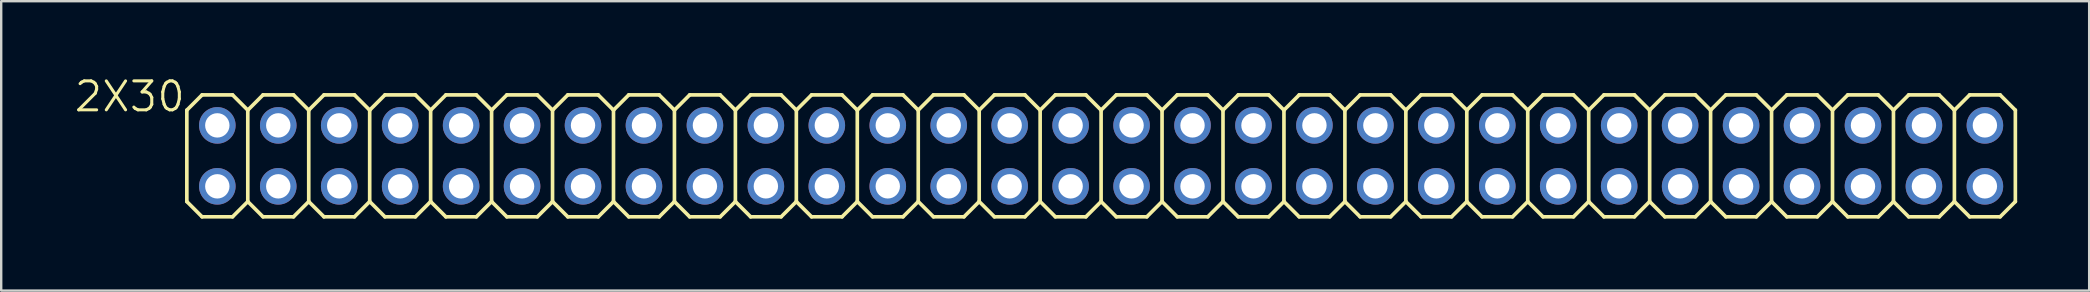
<source format=kicad_pcb>
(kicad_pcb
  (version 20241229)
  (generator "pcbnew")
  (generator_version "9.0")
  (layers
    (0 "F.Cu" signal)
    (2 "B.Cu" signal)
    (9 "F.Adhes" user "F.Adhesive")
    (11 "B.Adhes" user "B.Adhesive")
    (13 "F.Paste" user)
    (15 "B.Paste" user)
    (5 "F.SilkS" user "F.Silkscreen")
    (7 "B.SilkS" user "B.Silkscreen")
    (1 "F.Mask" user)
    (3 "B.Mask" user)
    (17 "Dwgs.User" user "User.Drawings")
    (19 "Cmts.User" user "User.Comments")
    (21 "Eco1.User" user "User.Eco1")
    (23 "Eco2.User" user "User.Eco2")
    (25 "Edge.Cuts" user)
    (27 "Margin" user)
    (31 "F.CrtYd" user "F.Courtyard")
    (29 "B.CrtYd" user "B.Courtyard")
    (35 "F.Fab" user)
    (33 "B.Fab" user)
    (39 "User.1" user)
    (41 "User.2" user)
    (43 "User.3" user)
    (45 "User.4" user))
  (footprint "2X30"
    (layer "F.Cu")
    (at 44.106 3.445)
    (property "Reference" "2X30" (at -39.37 -3.175 0) (layer "F.SilkS") (effects (font (size 1.206 1.206) (thickness 0.127)) (justify right top)))
    (attr through_hole)
    (fp_line (start -39.37 -1.905) (end -38.735 -2.54) (stroke (width 0.152) (type solid)) (layer "F.SilkS"))
    (fp_line (start -39.37 1.905) (end -39.37 -1.905) (stroke (width 0.152) (type solid)) (layer "F.SilkS"))
    (fp_line (start -39.37 1.905) (end -38.735 2.54) (stroke (width 0.152) (type solid)) (layer "F.SilkS"))
    (fp_line (start -38.735 -2.54) (end -37.465 -2.54) (stroke (width 0.152) (type solid)) (layer "F.SilkS"))
    (fp_line (start -38.735 2.54) (end -37.465 2.54) (stroke (width 0.152) (type solid)) (layer "F.SilkS"))
    (fp_line (start -37.465 -2.54) (end -36.83 -1.905) (stroke (width 0.152) (type solid)) (layer "F.SilkS"))
    (fp_line (start -37.465 2.54) (end -36.83 1.905) (stroke (width 0.152) (type solid)) (layer "F.SilkS"))
    (fp_line (start -36.83 -1.905) (end -36.83 1.905) (stroke (width 0.152) (type solid)) (layer "F.SilkS"))
    (fp_line (start -36.83 -1.905) (end -36.195 -2.54) (stroke (width 0.152) (type solid)) (layer "F.SilkS"))
    (fp_line (start -36.83 1.905) (end -36.195 2.54) (stroke (width 0.152) (type solid)) (layer "F.SilkS"))
    (fp_line (start -36.195 -2.54) (end -34.925 -2.54) (stroke (width 0.152) (type solid)) (layer "F.SilkS"))
    (fp_line (start -36.195 2.54) (end -34.925 2.54) (stroke (width 0.152) (type solid)) (layer "F.SilkS"))
    (fp_line (start -34.925 -2.54) (end -34.29 -1.905) (stroke (width 0.152) (type solid)) (layer "F.SilkS"))
    (fp_line (start -34.925 2.54) (end -34.29 1.905) (stroke (width 0.152) (type solid)) (layer "F.SilkS"))
    (fp_line (start -34.29 -1.905) (end -34.29 1.905) (stroke (width 0.152) (type solid)) (layer "F.SilkS"))
    (fp_line (start -34.29 -1.905) (end -33.655 -2.54) (stroke (width 0.152) (type solid)) (layer "F.SilkS"))
    (fp_line (start -34.29 1.905) (end -33.655 2.54) (stroke (width 0.152) (type solid)) (layer "F.SilkS"))
    (fp_line (start -33.655 -2.54) (end -32.385 -2.54) (stroke (width 0.152) (type solid)) (layer "F.SilkS"))
    (fp_line (start -33.655 2.54) (end -32.385 2.54) (stroke (width 0.152) (type solid)) (layer "F.SilkS"))
    (fp_line (start -32.385 -2.54) (end -31.75 -1.905) (stroke (width 0.152) (type solid)) (layer "F.SilkS"))
    (fp_line (start -32.385 2.54) (end -31.75 1.905) (stroke (width 0.152) (type solid)) (layer "F.SilkS"))
    (fp_line (start -31.75 -1.905) (end -31.75 1.905) (stroke (width 0.152) (type solid)) (layer "F.SilkS"))
    (fp_line (start -31.75 -1.905) (end -31.115 -2.54) (stroke (width 0.152) (type solid)) (layer "F.SilkS"))
    (fp_line (start -31.75 1.905) (end -31.115 2.54) (stroke (width 0.152) (type solid)) (layer "F.SilkS"))
    (fp_line (start -31.115 -2.54) (end -29.845 -2.54) (stroke (width 0.152) (type solid)) (layer "F.SilkS"))
    (fp_line (start -31.115 2.54) (end -29.845 2.54) (stroke (width 0.152) (type solid)) (layer "F.SilkS"))
    (fp_line (start -29.845 -2.54) (end -29.21 -1.905) (stroke (width 0.152) (type solid)) (layer "F.SilkS"))
    (fp_line (start -29.845 2.54) (end -29.21 1.905) (stroke (width 0.152) (type solid)) (layer "F.SilkS"))
    (fp_line (start -29.21 -1.905) (end -29.21 1.905) (stroke (width 0.152) (type solid)) (layer "F.SilkS"))
    (fp_line (start -29.21 -1.905) (end -28.575 -2.54) (stroke (width 0.152) (type solid)) (layer "F.SilkS"))
    (fp_line (start -29.21 1.905) (end -28.575 2.54) (stroke (width 0.152) (type solid)) (layer "F.SilkS"))
    (fp_line (start -28.575 -2.54) (end -27.305 -2.54) (stroke (width 0.152) (type solid)) (layer "F.SilkS"))
    (fp_line (start -28.575 2.54) (end -27.305 2.54) (stroke (width 0.152) (type solid)) (layer "F.SilkS"))
    (fp_line (start -27.305 -2.54) (end -26.67 -1.905) (stroke (width 0.152) (type solid)) (layer "F.SilkS"))
    (fp_line (start -27.305 2.54) (end -26.67 1.905) (stroke (width 0.152) (type solid)) (layer "F.SilkS"))
    (fp_line (start -26.67 -1.905) (end -26.67 1.905) (stroke (width 0.152) (type solid)) (layer "F.SilkS"))
    (fp_line (start -26.67 -1.905) (end -26.035 -2.54) (stroke (width 0.152) (type solid)) (layer "F.SilkS"))
    (fp_line (start -26.67 1.905) (end -26.035 2.54) (stroke (width 0.152) (type solid)) (layer "F.SilkS"))
    (fp_line (start -26.035 -2.54) (end -24.765 -2.54) (stroke (width 0.152) (type solid)) (layer "F.SilkS"))
    (fp_line (start -26.035 2.54) (end -24.765 2.54) (stroke (width 0.152) (type solid)) (layer "F.SilkS"))
    (fp_line (start -24.765 -2.54) (end -24.13 -1.905) (stroke (width 0.152) (type solid)) (layer "F.SilkS"))
    (fp_line (start -24.765 2.54) (end -24.13 1.905) (stroke (width 0.152) (type solid)) (layer "F.SilkS"))
    (fp_line (start -24.13 -1.905) (end -24.13 1.905) (stroke (width 0.152) (type solid)) (layer "F.SilkS"))
    (fp_line (start -24.13 -1.905) (end -23.495 -2.54) (stroke (width 0.152) (type solid)) (layer "F.SilkS"))
    (fp_line (start -24.13 1.905) (end -23.495 2.54) (stroke (width 0.152) (type solid)) (layer "F.SilkS"))
    (fp_line (start -23.495 -2.54) (end -22.225 -2.54) (stroke (width 0.152) (type solid)) (layer "F.SilkS"))
    (fp_line (start -22.225 -2.54) (end -21.59 -1.905) (stroke (width 0.152) (type solid)) (layer "F.SilkS"))
    (fp_line (start -22.225 2.54) (end -23.495 2.54) (stroke (width 0.152) (type solid)) (layer "F.SilkS"))
    (fp_line (start -21.59 -1.905) (end -21.59 1.905) (stroke (width 0.152) (type solid)) (layer "F.SilkS"))
    (fp_line (start -21.59 -1.905) (end -20.955 -2.54) (stroke (width 0.152) (type solid)) (layer "F.SilkS"))
    (fp_line (start -21.59 1.905) (end -22.225 2.54) (stroke (width 0.152) (type solid)) (layer "F.SilkS"))
    (fp_line (start -21.59 1.905) (end -20.955 2.54) (stroke (width 0.152) (type solid)) (layer "F.SilkS"))
    (fp_line (start -20.955 -2.54) (end -19.685 -2.54) (stroke (width 0.152) (type solid)) (layer "F.SilkS"))
    (fp_line (start -19.685 -2.54) (end -19.05 -1.905) (stroke (width 0.152) (type solid)) (layer "F.SilkS"))
    (fp_line (start -19.685 2.54) (end -20.955 2.54) (stroke (width 0.152) (type solid)) (layer "F.SilkS"))
    (fp_line (start -19.05 -1.905) (end -19.05 1.905) (stroke (width 0.152) (type solid)) (layer "F.SilkS"))
    (fp_line (start -19.05 -1.905) (end -18.415 -2.54) (stroke (width 0.152) (type solid)) (layer "F.SilkS"))
    (fp_line (start -19.05 1.905) (end -19.685 2.54) (stroke (width 0.152) (type solid)) (layer "F.SilkS"))
    (fp_line (start -19.05 1.905) (end -18.415 2.54) (stroke (width 0.152) (type solid)) (layer "F.SilkS"))
    (fp_line (start -18.415 -2.54) (end -17.145 -2.54) (stroke (width 0.152) (type solid)) (layer "F.SilkS"))
    (fp_line (start -17.145 -2.54) (end -16.51 -1.905) (stroke (width 0.152) (type solid)) (layer "F.SilkS"))
    (fp_line (start -17.145 2.54) (end -18.415 2.54) (stroke (width 0.152) (type solid)) (layer "F.SilkS"))
    (fp_line (start -16.51 -1.905) (end -16.51 1.905) (stroke (width 0.152) (type solid)) (layer "F.SilkS"))
    (fp_line (start -16.51 -1.905) (end -15.875 -2.54) (stroke (width 0.152) (type solid)) (layer "F.SilkS"))
    (fp_line (start -16.51 1.905) (end -17.145 2.54) (stroke (width 0.152) (type solid)) (layer "F.SilkS"))
    (fp_line (start -16.51 1.905) (end -15.875 2.54) (stroke (width 0.152) (type solid)) (layer "F.SilkS"))
    (fp_line (start -15.875 -2.54) (end -14.605 -2.54) (stroke (width 0.152) (type solid)) (layer "F.SilkS"))
    (fp_line (start -14.605 -2.54) (end -13.97 -1.905) (stroke (width 0.152) (type solid)) (layer "F.SilkS"))
    (fp_line (start -14.605 2.54) (end -15.875 2.54) (stroke (width 0.152) (type solid)) (layer "F.SilkS"))
    (fp_line (start -13.97 -1.905) (end -13.97 1.905) (stroke (width 0.152) (type solid)) (layer "F.SilkS"))
    (fp_line (start -13.97 -1.905) (end -13.335 -2.54) (stroke (width 0.152) (type solid)) (layer "F.SilkS"))
    (fp_line (start -13.97 1.905) (end -14.605 2.54) (stroke (width 0.152) (type solid)) (layer "F.SilkS"))
    (fp_line (start -13.97 1.905) (end -13.335 2.54) (stroke (width 0.152) (type solid)) (layer "F.SilkS"))
    (fp_line (start -13.335 -2.54) (end -12.065 -2.54) (stroke (width 0.152) (type solid)) (layer "F.SilkS"))
    (fp_line (start -12.065 -2.54) (end -11.43 -1.905) (stroke (width 0.152) (type solid)) (layer "F.SilkS"))
    (fp_line (start -12.065 2.54) (end -13.335 2.54) (stroke (width 0.152) (type solid)) (layer "F.SilkS"))
    (fp_line (start -11.43 -1.905) (end -11.43 1.905) (stroke (width 0.152) (type solid)) (layer "F.SilkS"))
    (fp_line (start -11.43 -1.905) (end -10.795 -2.54) (stroke (width 0.152) (type solid)) (layer "F.SilkS"))
    (fp_line (start -11.43 1.905) (end -12.065 2.54) (stroke (width 0.152) (type solid)) (layer "F.SilkS"))
    (fp_line (start -11.43 1.905) (end -10.795 2.54) (stroke (width 0.152) (type solid)) (layer "F.SilkS"))
    (fp_line (start -10.795 -2.54) (end -9.525 -2.54) (stroke (width 0.152) (type solid)) (layer "F.SilkS"))
    (fp_line (start -9.525 2.54) (end -10.795 2.54) (stroke (width 0.152) (type solid)) (layer "F.SilkS"))
    (fp_line (start -8.89 -1.905) (end -9.525 -2.54) (stroke (width 0.152) (type solid)) (layer "F.SilkS"))
    (fp_line (start -8.89 -1.905) (end -8.89 1.905) (stroke (width 0.152) (type solid)) (layer "F.SilkS"))
    (fp_line (start -8.89 -1.905) (end -8.255 -2.54) (stroke (width 0.152) (type solid)) (layer "F.SilkS"))
    (fp_line (start -8.89 1.905) (end -9.525 2.54) (stroke (width 0.152) (type solid)) (layer "F.SilkS"))
    (fp_line (start -8.89 1.905) (end -8.255 2.54) (stroke (width 0.152) (type solid)) (layer "F.SilkS"))
    (fp_line (start -6.985 -2.54) (end -8.255 -2.54) (stroke (width 0.152) (type solid)) (layer "F.SilkS"))
    (fp_line (start -6.985 -2.54) (end -6.35 -1.905) (stroke (width 0.152) (type solid)) (layer "F.SilkS"))
    (fp_line (start -6.985 2.54) (end -8.255 2.54) (stroke (width 0.152) (type solid)) (layer "F.SilkS"))
    (fp_line (start -6.35 -1.905) (end -6.35 1.905) (stroke (width 0.152) (type solid)) (layer "F.SilkS"))
    (fp_line (start -6.35 -1.905) (end -5.715 -2.54) (stroke (width 0.152) (type solid)) (layer "F.SilkS"))
    (fp_line (start -6.35 1.905) (end -6.985 2.54) (stroke (width 0.152) (type solid)) (layer "F.SilkS"))
    (fp_line (start -6.35 1.905) (end -5.715 2.54) (stroke (width 0.152) (type solid)) (layer "F.SilkS"))
    (fp_line (start -4.445 -2.54) (end -5.715 -2.54) (stroke (width 0.152) (type solid)) (layer "F.SilkS"))
    (fp_line (start -4.445 -2.54) (end -3.81 -1.905) (stroke (width 0.152) (type solid)) (layer "F.SilkS"))
    (fp_line (start -4.445 2.54) (end -5.715 2.54) (stroke (width 0.152) (type solid)) (layer "F.SilkS"))
    (fp_line (start -3.81 -1.905) (end -3.81 1.905) (stroke (width 0.152) (type solid)) (layer "F.SilkS"))
    (fp_line (start -3.81 -1.905) (end -3.175 -2.54) (stroke (width 0.152) (type solid)) (layer "F.SilkS"))
    (fp_line (start -3.81 1.905) (end -4.445 2.54) (stroke (width 0.152) (type solid)) (layer "F.SilkS"))
    (fp_line (start -3.175 2.54) (end -3.81 1.905) (stroke (width 0.152) (type solid)) (layer "F.SilkS"))
    (fp_line (start -3.175 2.54) (end -1.905 2.54) (stroke (width 0.152) (type solid)) (layer "F.SilkS"))
    (fp_line (start -1.905 -2.54) (end -3.175 -2.54) (stroke (width 0.152) (type solid)) (layer "F.SilkS"))
    (fp_line (start -1.905 -2.54) (end -1.27 -1.905) (stroke (width 0.152) (type solid)) (layer "F.SilkS"))
    (fp_line (start -1.27 -1.905) (end -1.27 1.905) (stroke (width 0.152) (type solid)) (layer "F.SilkS"))
    (fp_line (start -1.27 -1.905) (end -0.635 -2.54) (stroke (width 0.152) (type solid)) (layer "F.SilkS"))
    (fp_line (start -1.27 1.905) (end -1.905 2.54) (stroke (width 0.152) (type solid)) (layer "F.SilkS"))
    (fp_line (start -0.635 2.54) (end -1.27 1.905) (stroke (width 0.152) (type solid)) (layer "F.SilkS"))
    (fp_line (start -0.635 2.54) (end 0.635 2.54) (stroke (width 0.152) (type solid)) (layer "F.SilkS"))
    (fp_line (start 0.635 -2.54) (end -0.635 -2.54) (stroke (width 0.152) (type solid)) (layer "F.SilkS"))
    (fp_line (start 0.635 -2.54) (end 1.27 -1.905) (stroke (width 0.152) (type solid)) (layer "F.SilkS"))
    (fp_line (start 1.27 -1.905) (end 1.27 1.905) (stroke (width 0.152) (type solid)) (layer "F.SilkS"))
    (fp_line (start 1.27 -1.905) (end 1.905 -2.54) (stroke (width 0.152) (type solid)) (layer "F.SilkS"))
    (fp_line (start 1.27 1.905) (end 0.635 2.54) (stroke (width 0.152) (type solid)) (layer "F.SilkS"))
    (fp_line (start 1.27 1.905) (end 1.905 2.54) (stroke (width 0.152) (type solid)) (layer "F.SilkS"))
    (fp_line (start 3.175 -2.54) (end 1.905 -2.54) (stroke (width 0.152) (type solid)) (layer "F.SilkS"))
    (fp_line (start 3.175 -2.54) (end 3.81 -1.905) (stroke (width 0.152) (type solid)) (layer "F.SilkS"))
    (fp_line (start 3.175 2.54) (end 1.905 2.54) (stroke (width 0.152) (type solid)) (layer "F.SilkS"))
    (fp_line (start 3.81 -1.905) (end 3.81 1.905) (stroke (width 0.152) (type solid)) (layer "F.SilkS"))
    (fp_line (start 3.81 -1.905) (end 4.445 -2.54) (stroke (width 0.152) (type solid)) (layer "F.SilkS"))
    (fp_line (start 3.81 1.905) (end 3.175 2.54) (stroke (width 0.152) (type solid)) (layer "F.SilkS"))
    (fp_line (start 3.81 1.905) (end 4.445 2.54) (stroke (width 0.152) (type solid)) (layer "F.SilkS"))
    (fp_line (start 5.715 -2.54) (end 4.445 -2.54) (stroke (width 0.152) (type solid)) (layer "F.SilkS"))
    (fp_line (start 5.715 -2.54) (end 6.35 -1.905) (stroke (width 0.152) (type solid)) (layer "F.SilkS"))
    (fp_line (start 5.715 2.54) (end 4.445 2.54) (stroke (width 0.152) (type solid)) (layer "F.SilkS"))
    (fp_line (start 6.35 -1.905) (end 6.35 1.905) (stroke (width 0.152) (type solid)) (layer "F.SilkS"))
    (fp_line (start 6.35 -1.905) (end 6.985 -2.54) (stroke (width 0.152) (type solid)) (layer "F.SilkS"))
    (fp_line (start 6.35 1.905) (end 5.715 2.54) (stroke (width 0.152) (type solid)) (layer "F.SilkS"))
    (fp_line (start 6.35 1.905) (end 6.985 2.54) (stroke (width 0.152) (type solid)) (layer "F.SilkS"))
    (fp_line (start 8.255 -2.54) (end 6.985 -2.54) (stroke (width 0.152) (type solid)) (layer "F.SilkS"))
    (fp_line (start 8.255 -2.54) (end 8.89 -1.905) (stroke (width 0.152) (type solid)) (layer "F.SilkS"))
    (fp_line (start 8.255 2.54) (end 6.985 2.54) (stroke (width 0.152) (type solid)) (layer "F.SilkS"))
    (fp_line (start 8.89 -1.905) (end 8.89 1.905) (stroke (width 0.152) (type solid)) (layer "F.SilkS"))
    (fp_line (start 8.89 -1.905) (end 9.525 -2.54) (stroke (width 0.152) (type solid)) (layer "F.SilkS"))
    (fp_line (start 8.89 1.905) (end 8.255 2.54) (stroke (width 0.152) (type solid)) (layer "F.SilkS"))
    (fp_line (start 8.89 1.905) (end 9.525 2.54) (stroke (width 0.152) (type solid)) (layer "F.SilkS"))
    (fp_line (start 10.795 -2.54) (end 9.525 -2.54) (stroke (width 0.152) (type solid)) (layer "F.SilkS"))
    (fp_line (start 10.795 -2.54) (end 11.43 -1.905) (stroke (width 0.152) (type solid)) (layer "F.SilkS"))
    (fp_line (start 10.795 2.54) (end 9.525 2.54) (stroke (width 0.152) (type solid)) (layer "F.SilkS"))
    (fp_line (start 11.43 -1.905) (end 11.43 1.905) (stroke (width 0.152) (type solid)) (layer "F.SilkS"))
    (fp_line (start 11.43 -1.905) (end 12.065 -2.54) (stroke (width 0.152) (type solid)) (layer "F.SilkS"))
    (fp_line (start 11.43 1.905) (end 10.795 2.54) (stroke (width 0.152) (type solid)) (layer "F.SilkS"))
    (fp_line (start 11.43 1.905) (end 12.065 2.54) (stroke (width 0.152) (type solid)) (layer "F.SilkS"))
    (fp_line (start 13.335 -2.54) (end 12.065 -2.54) (stroke (width 0.152) (type solid)) (layer "F.SilkS"))
    (fp_line (start 13.335 -2.54) (end 13.97 -1.905) (stroke (width 0.152) (type solid)) (layer "F.SilkS"))
    (fp_line (start 13.335 2.54) (end 12.065 2.54) (stroke (width 0.152) (type solid)) (layer "F.SilkS"))
    (fp_line (start 13.97 -1.905) (end 13.97 1.905) (stroke (width 0.152) (type solid)) (layer "F.SilkS"))
    (fp_line (start 13.97 -1.905) (end 14.605 -2.54) (stroke (width 0.152) (type solid)) (layer "F.SilkS"))
    (fp_line (start 13.97 1.905) (end 13.335 2.54) (stroke (width 0.152) (type solid)) (layer "F.SilkS"))
    (fp_line (start 13.97 1.905) (end 14.605 2.54) (stroke (width 0.152) (type solid)) (layer "F.SilkS"))
    (fp_line (start 15.875 -2.54) (end 14.605 -2.54) (stroke (width 0.152) (type solid)) (layer "F.SilkS"))
    (fp_line (start 15.875 -2.54) (end 16.51 -1.905) (stroke (width 0.152) (type solid)) (layer "F.SilkS"))
    (fp_line (start 15.875 2.54) (end 14.605 2.54) (stroke (width 0.152) (type solid)) (layer "F.SilkS"))
    (fp_line (start 16.51 -1.905) (end 16.51 1.905) (stroke (width 0.152) (type solid)) (layer "F.SilkS"))
    (fp_line (start 16.51 -1.905) (end 17.145 -2.54) (stroke (width 0.152) (type solid)) (layer "F.SilkS"))
    (fp_line (start 16.51 1.905) (end 15.875 2.54) (stroke (width 0.152) (type solid)) (layer "F.SilkS"))
    (fp_line (start 16.51 1.905) (end 17.145 2.54) (stroke (width 0.152) (type solid)) (layer "F.SilkS"))
    (fp_line (start 18.415 -2.54) (end 17.145 -2.54) (stroke (width 0.152) (type solid)) (layer "F.SilkS"))
    (fp_line (start 18.415 -2.54) (end 19.05 -1.905) (stroke (width 0.152) (type solid)) (layer "F.SilkS"))
    (fp_line (start 18.415 2.54) (end 17.145 2.54) (stroke (width 0.152) (type solid)) (layer "F.SilkS"))
    (fp_line (start 19.05 -1.905) (end 19.05 1.905) (stroke (width 0.152) (type solid)) (layer "F.SilkS"))
    (fp_line (start 19.05 -1.905) (end 19.685 -2.54) (stroke (width 0.152) (type solid)) (layer "F.SilkS"))
    (fp_line (start 19.05 1.905) (end 18.415 2.54) (stroke (width 0.152) (type solid)) (layer "F.SilkS"))
    (fp_line (start 19.05 1.905) (end 19.685 2.54) (stroke (width 0.152) (type solid)) (layer "F.SilkS"))
    (fp_line (start 20.955 -2.54) (end 19.685 -2.54) (stroke (width 0.152) (type solid)) (layer "F.SilkS"))
    (fp_line (start 20.955 -2.54) (end 21.59 -1.905) (stroke (width 0.152) (type solid)) (layer "F.SilkS"))
    (fp_line (start 20.955 2.54) (end 19.685 2.54) (stroke (width 0.152) (type solid)) (layer "F.SilkS"))
    (fp_line (start 21.59 -1.905) (end 21.59 1.905) (stroke (width 0.152) (type solid)) (layer "F.SilkS"))
    (fp_line (start 21.59 -1.905) (end 22.225 -2.54) (stroke (width 0.152) (type solid)) (layer "F.SilkS"))
    (fp_line (start 21.59 1.905) (end 20.955 2.54) (stroke (width 0.152) (type solid)) (layer "F.SilkS"))
    (fp_line (start 21.59 1.905) (end 22.225 2.54) (stroke (width 0.152) (type solid)) (layer "F.SilkS"))
    (fp_line (start 23.495 -2.54) (end 22.225 -2.54) (stroke (width 0.152) (type solid)) (layer "F.SilkS"))
    (fp_line (start 23.495 -2.54) (end 24.13 -1.905) (stroke (width 0.152) (type solid)) (layer "F.SilkS"))
    (fp_line (start 23.495 2.54) (end 22.225 2.54) (stroke (width 0.152) (type solid)) (layer "F.SilkS"))
    (fp_line (start 24.13 -1.905) (end 24.13 1.905) (stroke (width 0.152) (type solid)) (layer "F.SilkS"))
    (fp_line (start 24.13 -1.905) (end 24.765 -2.54) (stroke (width 0.152) (type solid)) (layer "F.SilkS"))
    (fp_line (start 24.13 1.905) (end 23.495 2.54) (stroke (width 0.152) (type solid)) (layer "F.SilkS"))
    (fp_line (start 24.13 1.905) (end 24.765 2.54) (stroke (width 0.152) (type solid)) (layer "F.SilkS"))
    (fp_line (start 26.035 -2.54) (end 24.765 -2.54) (stroke (width 0.152) (type solid)) (layer "F.SilkS"))
    (fp_line (start 26.035 -2.54) (end 26.67 -1.905) (stroke (width 0.152) (type solid)) (layer "F.SilkS"))
    (fp_line (start 26.035 2.54) (end 24.765 2.54) (stroke (width 0.152) (type solid)) (layer "F.SilkS"))
    (fp_line (start 26.67 -1.905) (end 26.67 1.905) (stroke (width 0.152) (type solid)) (layer "F.SilkS"))
    (fp_line (start 26.67 -1.905) (end 27.305 -2.54) (stroke (width 0.152) (type solid)) (layer "F.SilkS"))
    (fp_line (start 26.67 1.905) (end 26.035 2.54) (stroke (width 0.152) (type solid)) (layer "F.SilkS"))
    (fp_line (start 26.67 1.905) (end 27.305 2.54) (stroke (width 0.152) (type solid)) (layer "F.SilkS"))
    (fp_line (start 28.575 -2.54) (end 27.305 -2.54) (stroke (width 0.152) (type solid)) (layer "F.SilkS"))
    (fp_line (start 28.575 -2.54) (end 29.21 -1.905) (stroke (width 0.152) (type solid)) (layer "F.SilkS"))
    (fp_line (start 28.575 2.54) (end 27.305 2.54) (stroke (width 0.152) (type solid)) (layer "F.SilkS"))
    (fp_line (start 29.21 -1.905) (end 29.21 1.905) (stroke (width 0.152) (type solid)) (layer "F.SilkS"))
    (fp_line (start 29.21 -1.905) (end 29.845 -2.54) (stroke (width 0.152) (type solid)) (layer "F.SilkS"))
    (fp_line (start 29.21 1.905) (end 28.575 2.54) (stroke (width 0.152) (type solid)) (layer "F.SilkS"))
    (fp_line (start 29.21 1.905) (end 29.845 2.54) (stroke (width 0.152) (type solid)) (layer "F.SilkS"))
    (fp_line (start 31.115 -2.54) (end 29.845 -2.54) (stroke (width 0.152) (type solid)) (layer "F.SilkS"))
    (fp_line (start 31.115 -2.54) (end 31.75 -1.905) (stroke (width 0.152) (type solid)) (layer "F.SilkS"))
    (fp_line (start 31.115 2.54) (end 29.845 2.54) (stroke (width 0.152) (type solid)) (layer "F.SilkS"))
    (fp_line (start 31.75 -1.905) (end 31.75 1.905) (stroke (width 0.152) (type solid)) (layer "F.SilkS"))
    (fp_line (start 31.75 -1.905) (end 32.385 -2.54) (stroke (width 0.152) (type solid)) (layer "F.SilkS"))
    (fp_line (start 31.75 1.905) (end 31.115 2.54) (stroke (width 0.152) (type solid)) (layer "F.SilkS"))
    (fp_line (start 31.75 1.905) (end 32.385 2.54) (stroke (width 0.152) (type solid)) (layer "F.SilkS"))
    (fp_line (start 33.655 -2.54) (end 32.385 -2.54) (stroke (width 0.152) (type solid)) (layer "F.SilkS"))
    (fp_line (start 33.655 -2.54) (end 34.29 -1.905) (stroke (width 0.152) (type solid)) (layer "F.SilkS"))
    (fp_line (start 33.655 2.54) (end 32.385 2.54) (stroke (width 0.152) (type solid)) (layer "F.SilkS"))
    (fp_line (start 34.29 -1.905) (end 34.29 1.905) (stroke (width 0.152) (type solid)) (layer "F.SilkS"))
    (fp_line (start 34.29 -1.905) (end 34.925 -2.54) (stroke (width 0.152) (type solid)) (layer "F.SilkS"))
    (fp_line (start 34.29 1.905) (end 33.655 2.54) (stroke (width 0.152) (type solid)) (layer "F.SilkS"))
    (fp_line (start 34.29 1.905) (end 34.925 2.54) (stroke (width 0.152) (type solid)) (layer "F.SilkS"))
    (fp_line (start 36.195 -2.54) (end 34.925 -2.54) (stroke (width 0.152) (type solid)) (layer "F.SilkS"))
    (fp_line (start 36.195 -2.54) (end 36.83 -1.905) (stroke (width 0.152) (type solid)) (layer "F.SilkS"))
    (fp_line (start 36.195 2.54) (end 34.925 2.54) (stroke (width 0.152) (type solid)) (layer "F.SilkS"))
    (fp_line (start 36.83 -1.905) (end 36.83 1.905) (stroke (width 0.152) (type solid)) (layer "F.SilkS"))
    (fp_line (start 36.83 1.905) (end 36.195 2.54) (stroke (width 0.152) (type solid)) (layer "F.SilkS"))
    (fp_poly (pts (xy -38.354 -1.016) (xy -37.846 -1.016) (xy -37.846 -1.524) (xy -38.354 -1.524)) (stroke (width 0.1) (type solid)) (fill no) (layer "F.Fab"))
    (fp_poly (pts (xy -38.354 1.524) (xy -37.846 1.524) (xy -37.846 1.016) (xy -38.354 1.016)) (stroke (width 0.1) (type solid)) (fill no) (layer "F.Fab"))
    (fp_poly (pts (xy -35.814 -1.016) (xy -35.306 -1.016) (xy -35.306 -1.524) (xy -35.814 -1.524)) (stroke (width 0.1) (type solid)) (fill no) (layer "F.Fab"))
    (fp_poly (pts (xy -35.814 1.524) (xy -35.306 1.524) (xy -35.306 1.016) (xy -35.814 1.016)) (stroke (width 0.1) (type solid)) (fill no) (layer "F.Fab"))
    (fp_poly (pts (xy -33.274 -1.016) (xy -32.766 -1.016) (xy -32.766 -1.524) (xy -33.274 -1.524)) (stroke (width 0.1) (type solid)) (fill no) (layer "F.Fab"))
    (fp_poly (pts (xy -33.274 1.524) (xy -32.766 1.524) (xy -32.766 1.016) (xy -33.274 1.016)) (stroke (width 0.1) (type solid)) (fill no) (layer "F.Fab"))
    (fp_poly (pts (xy -30.734 -1.016) (xy -30.226 -1.016) (xy -30.226 -1.524) (xy -30.734 -1.524)) (stroke (width 0.1) (type solid)) (fill no) (layer "F.Fab"))
    (fp_poly (pts (xy -30.734 1.524) (xy -30.226 1.524) (xy -30.226 1.016) (xy -30.734 1.016)) (stroke (width 0.1) (type solid)) (fill no) (layer "F.Fab"))
    (fp_poly (pts (xy -28.194 -1.016) (xy -27.686 -1.016) (xy -27.686 -1.524) (xy -28.194 -1.524)) (stroke (width 0.1) (type solid)) (fill no) (layer "F.Fab"))
    (fp_poly (pts (xy -28.194 1.524) (xy -27.686 1.524) (xy -27.686 1.016) (xy -28.194 1.016)) (stroke (width 0.1) (type solid)) (fill no) (layer "F.Fab"))
    (fp_poly (pts (xy -25.654 -1.016) (xy -25.146 -1.016) (xy -25.146 -1.524) (xy -25.654 -1.524)) (stroke (width 0.1) (type solid)) (fill no) (layer "F.Fab"))
    (fp_poly (pts (xy -25.654 1.524) (xy -25.146 1.524) (xy -25.146 1.016) (xy -25.654 1.016)) (stroke (width 0.1) (type solid)) (fill no) (layer "F.Fab"))
    (fp_poly (pts (xy -23.114 -1.016) (xy -22.606 -1.016) (xy -22.606 -1.524) (xy -23.114 -1.524)) (stroke (width 0.1) (type solid)) (fill no) (layer "F.Fab"))
    (fp_poly (pts (xy -23.114 1.524) (xy -22.606 1.524) (xy -22.606 1.016) (xy -23.114 1.016)) (stroke (width 0.1) (type solid)) (fill no) (layer "F.Fab"))
    (fp_poly (pts (xy -20.574 -1.016) (xy -20.066 -1.016) (xy -20.066 -1.524) (xy -20.574 -1.524)) (stroke (width 0.1) (type solid)) (fill no) (layer "F.Fab"))
    (fp_poly (pts (xy -20.574 1.524) (xy -20.066 1.524) (xy -20.066 1.016) (xy -20.574 1.016)) (stroke (width 0.1) (type solid)) (fill no) (layer "F.Fab"))
    (fp_poly (pts (xy -18.034 -1.016) (xy -17.526 -1.016) (xy -17.526 -1.524) (xy -18.034 -1.524)) (stroke (width 0.1) (type solid)) (fill no) (layer "F.Fab"))
    (fp_poly (pts (xy -18.034 1.524) (xy -17.526 1.524) (xy -17.526 1.016) (xy -18.034 1.016)) (stroke (width 0.1) (type solid)) (fill no) (layer "F.Fab"))
    (fp_poly (pts (xy -15.494 -1.016) (xy -14.986 -1.016) (xy -14.986 -1.524) (xy -15.494 -1.524)) (stroke (width 0.1) (type solid)) (fill no) (layer "F.Fab"))
    (fp_poly (pts (xy -15.494 1.524) (xy -14.986 1.524) (xy -14.986 1.016) (xy -15.494 1.016)) (stroke (width 0.1) (type solid)) (fill no) (layer "F.Fab"))
    (fp_poly (pts (xy -12.954 -1.016) (xy -12.446 -1.016) (xy -12.446 -1.524) (xy -12.954 -1.524)) (stroke (width 0.1) (type solid)) (fill no) (layer "F.Fab"))
    (fp_poly (pts (xy -12.954 1.524) (xy -12.446 1.524) (xy -12.446 1.016) (xy -12.954 1.016)) (stroke (width 0.1) (type solid)) (fill no) (layer "F.Fab"))
    (fp_poly (pts (xy -10.414 -1.016) (xy -9.906 -1.016) (xy -9.906 -1.524) (xy -10.414 -1.524)) (stroke (width 0.1) (type solid)) (fill no) (layer "F.Fab"))
    (fp_poly (pts (xy -10.414 1.524) (xy -9.906 1.524) (xy -9.906 1.016) (xy -10.414 1.016)) (stroke (width 0.1) (type solid)) (fill no) (layer "F.Fab"))
    (fp_poly (pts (xy -7.874 -1.016) (xy -7.366 -1.016) (xy -7.366 -1.524) (xy -7.874 -1.524)) (stroke (width 0.1) (type solid)) (fill no) (layer "F.Fab"))
    (fp_poly (pts (xy -7.874 1.524) (xy -7.366 1.524) (xy -7.366 1.016) (xy -7.874 1.016)) (stroke (width 0.1) (type solid)) (fill no) (layer "F.Fab"))
    (fp_poly (pts (xy -5.334 -1.016) (xy -4.826 -1.016) (xy -4.826 -1.524) (xy -5.334 -1.524)) (stroke (width 0.1) (type solid)) (fill no) (layer "F.Fab"))
    (fp_poly (pts (xy -5.334 1.524) (xy -4.826 1.524) (xy -4.826 1.016) (xy -5.334 1.016)) (stroke (width 0.1) (type solid)) (fill no) (layer "F.Fab"))
    (fp_poly (pts (xy -2.794 -1.016) (xy -2.286 -1.016) (xy -2.286 -1.524) (xy -2.794 -1.524)) (stroke (width 0.1) (type solid)) (fill no) (layer "F.Fab"))
    (fp_poly (pts (xy -2.794 1.524) (xy -2.286 1.524) (xy -2.286 1.016) (xy -2.794 1.016)) (stroke (width 0.1) (type solid)) (fill no) (layer "F.Fab"))
    (fp_poly (pts (xy -0.254 -1.016) (xy 0.254 -1.016) (xy 0.254 -1.524) (xy -0.254 -1.524)) (stroke (width 0.1) (type solid)) (fill no) (layer "F.Fab"))
    (fp_poly (pts (xy -0.254 1.524) (xy 0.254 1.524) (xy 0.254 1.016) (xy -0.254 1.016)) (stroke (width 0.1) (type solid)) (fill no) (layer "F.Fab"))
    (fp_poly (pts (xy 2.286 -1.016) (xy 2.794 -1.016) (xy 2.794 -1.524) (xy 2.286 -1.524)) (stroke (width 0.1) (type solid)) (fill no) (layer "F.Fab"))
    (fp_poly (pts (xy 2.286 1.524) (xy 2.794 1.524) (xy 2.794 1.016) (xy 2.286 1.016)) (stroke (width 0.1) (type solid)) (fill no) (layer "F.Fab"))
    (fp_poly (pts (xy 4.826 -1.016) (xy 5.334 -1.016) (xy 5.334 -1.524) (xy 4.826 -1.524)) (stroke (width 0.1) (type solid)) (fill no) (layer "F.Fab"))
    (fp_poly (pts (xy 4.826 1.524) (xy 5.334 1.524) (xy 5.334 1.016) (xy 4.826 1.016)) (stroke (width 0.1) (type solid)) (fill no) (layer "F.Fab"))
    (fp_poly (pts (xy 7.366 -1.016) (xy 7.874 -1.016) (xy 7.874 -1.524) (xy 7.366 -1.524)) (stroke (width 0.1) (type solid)) (fill no) (layer "F.Fab"))
    (fp_poly (pts (xy 7.366 1.524) (xy 7.874 1.524) (xy 7.874 1.016) (xy 7.366 1.016)) (stroke (width 0.1) (type solid)) (fill no) (layer "F.Fab"))
    (fp_poly (pts (xy 9.906 -1.016) (xy 10.414 -1.016) (xy 10.414 -1.524) (xy 9.906 -1.524)) (stroke (width 0.1) (type solid)) (fill no) (layer "F.Fab"))
    (fp_poly (pts (xy 9.906 1.524) (xy 10.414 1.524) (xy 10.414 1.016) (xy 9.906 1.016)) (stroke (width 0.1) (type solid)) (fill no) (layer "F.Fab"))
    (fp_poly (pts (xy 12.446 -1.016) (xy 12.954 -1.016) (xy 12.954 -1.524) (xy 12.446 -1.524)) (stroke (width 0.1) (type solid)) (fill no) (layer "F.Fab"))
    (fp_poly (pts (xy 12.446 1.524) (xy 12.954 1.524) (xy 12.954 1.016) (xy 12.446 1.016)) (stroke (width 0.1) (type solid)) (fill no) (layer "F.Fab"))
    (fp_poly (pts (xy 14.986 -1.016) (xy 15.494 -1.016) (xy 15.494 -1.524) (xy 14.986 -1.524)) (stroke (width 0.1) (type solid)) (fill no) (layer "F.Fab"))
    (fp_poly (pts (xy 14.986 1.524) (xy 15.494 1.524) (xy 15.494 1.016) (xy 14.986 1.016)) (stroke (width 0.1) (type solid)) (fill no) (layer "F.Fab"))
    (fp_poly (pts (xy 17.526 -1.016) (xy 18.034 -1.016) (xy 18.034 -1.524) (xy 17.526 -1.524)) (stroke (width 0.1) (type solid)) (fill no) (layer "F.Fab"))
    (fp_poly (pts (xy 17.526 1.524) (xy 18.034 1.524) (xy 18.034 1.016) (xy 17.526 1.016)) (stroke (width 0.1) (type solid)) (fill no) (layer "F.Fab"))
    (fp_poly (pts (xy 20.066 -1.016) (xy 20.574 -1.016) (xy 20.574 -1.524) (xy 20.066 -1.524)) (stroke (width 0.1) (type solid)) (fill no) (layer "F.Fab"))
    (fp_poly (pts (xy 20.066 1.524) (xy 20.574 1.524) (xy 20.574 1.016) (xy 20.066 1.016)) (stroke (width 0.1) (type solid)) (fill no) (layer "F.Fab"))
    (fp_poly (pts (xy 22.606 -1.016) (xy 23.114 -1.016) (xy 23.114 -1.524) (xy 22.606 -1.524)) (stroke (width 0.1) (type solid)) (fill no) (layer "F.Fab"))
    (fp_poly (pts (xy 22.606 1.524) (xy 23.114 1.524) (xy 23.114 1.016) (xy 22.606 1.016)) (stroke (width 0.1) (type solid)) (fill no) (layer "F.Fab"))
    (fp_poly (pts (xy 25.146 -1.016) (xy 25.654 -1.016) (xy 25.654 -1.524) (xy 25.146 -1.524)) (stroke (width 0.1) (type solid)) (fill no) (layer "F.Fab"))
    (fp_poly (pts (xy 25.146 1.524) (xy 25.654 1.524) (xy 25.654 1.016) (xy 25.146 1.016)) (stroke (width 0.1) (type solid)) (fill no) (layer "F.Fab"))
    (fp_poly (pts (xy 27.686 -1.016) (xy 28.194 -1.016) (xy 28.194 -1.524) (xy 27.686 -1.524)) (stroke (width 0.1) (type solid)) (fill no) (layer "F.Fab"))
    (fp_poly (pts (xy 27.686 1.524) (xy 28.194 1.524) (xy 28.194 1.016) (xy 27.686 1.016)) (stroke (width 0.1) (type solid)) (fill no) (layer "F.Fab"))
    (fp_poly (pts (xy 30.226 -1.016) (xy 30.734 -1.016) (xy 30.734 -1.524) (xy 30.226 -1.524)) (stroke (width 0.1) (type solid)) (fill no) (layer "F.Fab"))
    (fp_poly (pts (xy 30.226 1.524) (xy 30.734 1.524) (xy 30.734 1.016) (xy 30.226 1.016)) (stroke (width 0.1) (type solid)) (fill no) (layer "F.Fab"))
    (fp_poly (pts (xy 32.766 -1.016) (xy 33.274 -1.016) (xy 33.274 -1.524) (xy 32.766 -1.524)) (stroke (width 0.1) (type solid)) (fill no) (layer "F.Fab"))
    (fp_poly (pts (xy 32.766 1.524) (xy 33.274 1.524) (xy 33.274 1.016) (xy 32.766 1.016)) (stroke (width 0.1) (type solid)) (fill no) (layer "F.Fab"))
    (fp_poly (pts (xy 35.306 -1.016) (xy 35.814 -1.016) (xy 35.814 -1.524) (xy 35.306 -1.524)) (stroke (width 0.1) (type solid)) (fill no) (layer "F.Fab"))
    (fp_poly (pts (xy 35.306 1.524) (xy 35.814 1.524) (xy 35.814 1.016) (xy 35.306 1.016)) (stroke (width 0.1) (type solid)) (fill no) (layer "F.Fab"))
    (pad "1" thru_hole circle (at -38.1 1.27) (size 1.524 1.524) (drill 1.016) (layers "*.Cu" "*.Mask"))
    (pad "2" thru_hole circle (at -38.1 -1.27) (size 1.524 1.524) (drill 1.016) (layers "*.Cu" "*.Mask"))
    (pad "3" thru_hole circle (at -35.56 1.27) (size 1.524 1.524) (drill 1.016) (layers "*.Cu" "*.Mask"))
    (pad "4" thru_hole circle (at -35.56 -1.27) (size 1.524 1.524) (drill 1.016) (layers "*.Cu" "*.Mask"))
    (pad "5" thru_hole circle (at -33.02 1.27) (size 1.524 1.524) (drill 1.016) (layers "*.Cu" "*.Mask"))
    (pad "6" thru_hole circle (at -33.02 -1.27) (size 1.524 1.524) (drill 1.016) (layers "*.Cu" "*.Mask"))
    (pad "7" thru_hole circle (at -30.48 1.27) (size 1.524 1.524) (drill 1.016) (layers "*.Cu" "*.Mask"))
    (pad "8" thru_hole circle (at -30.48 -1.27) (size 1.524 1.524) (drill 1.016) (layers "*.Cu" "*.Mask"))
    (pad "9" thru_hole circle (at -27.94 1.27) (size 1.524 1.524) (drill 1.016) (layers "*.Cu" "*.Mask"))
    (pad "10" thru_hole circle (at -27.94 -1.27) (size 1.524 1.524) (drill 1.016) (layers "*.Cu" "*.Mask"))
    (pad "11" thru_hole circle (at -25.4 1.27) (size 1.524 1.524) (drill 1.016) (layers "*.Cu" "*.Mask"))
    (pad "12" thru_hole circle (at -25.4 -1.27) (size 1.524 1.524) (drill 1.016) (layers "*.Cu" "*.Mask"))
    (pad "13" thru_hole circle (at -22.86 1.27) (size 1.524 1.524) (drill 1.016) (layers "*.Cu" "*.Mask"))
    (pad "14" thru_hole circle (at -22.86 -1.27) (size 1.524 1.524) (drill 1.016) (layers "*.Cu" "*.Mask"))
    (pad "15" thru_hole circle (at -20.32 1.27) (size 1.524 1.524) (drill 1.016) (layers "*.Cu" "*.Mask"))
    (pad "16" thru_hole circle (at -20.32 -1.27) (size 1.524 1.524) (drill 1.016) (layers "*.Cu" "*.Mask"))
    (pad "17" thru_hole circle (at -17.78 1.27) (size 1.524 1.524) (drill 1.016) (layers "*.Cu" "*.Mask"))
    (pad "18" thru_hole circle (at -17.78 -1.27) (size 1.524 1.524) (drill 1.016) (layers "*.Cu" "*.Mask"))
    (pad "19" thru_hole circle (at -15.24 1.27) (size 1.524 1.524) (drill 1.016) (layers "*.Cu" "*.Mask"))
    (pad "20" thru_hole circle (at -15.24 -1.27) (size 1.524 1.524) (drill 1.016) (layers "*.Cu" "*.Mask"))
    (pad "21" thru_hole circle (at -12.7 1.27) (size 1.524 1.524) (drill 1.016) (layers "*.Cu" "*.Mask"))
    (pad "22" thru_hole circle (at -12.7 -1.27) (size 1.524 1.524) (drill 1.016) (layers "*.Cu" "*.Mask"))
    (pad "23" thru_hole circle (at -10.16 1.27) (size 1.524 1.524) (drill 1.016) (layers "*.Cu" "*.Mask"))
    (pad "24" thru_hole circle (at -10.16 -1.27) (size 1.524 1.524) (drill 1.016) (layers "*.Cu" "*.Mask"))
    (pad "25" thru_hole circle (at -7.62 1.27) (size 1.524 1.524) (drill 1.016) (layers "*.Cu" "*.Mask"))
    (pad "26" thru_hole circle (at -7.62 -1.27) (size 1.524 1.524) (drill 1.016) (layers "*.Cu" "*.Mask"))
    (pad "27" thru_hole circle (at -5.08 1.27) (size 1.524 1.524) (drill 1.016) (layers "*.Cu" "*.Mask"))
    (pad "28" thru_hole circle (at -5.08 -1.27) (size 1.524 1.524) (drill 1.016) (layers "*.Cu" "*.Mask"))
    (pad "29" thru_hole circle (at -2.54 1.27) (size 1.524 1.524) (drill 1.016) (layers "*.Cu" "*.Mask"))
    (pad "30" thru_hole circle (at -2.54 -1.27) (size 1.524 1.524) (drill 1.016) (layers "*.Cu" "*.Mask"))
    (pad "31" thru_hole circle (at 0 1.27) (size 1.524 1.524) (drill 1.016) (layers "*.Cu" "*.Mask"))
    (pad "32" thru_hole circle (at 0 -1.27) (size 1.524 1.524) (drill 1.016) (layers "*.Cu" "*.Mask"))
    (pad "33" thru_hole circle (at 2.54 1.27) (size 1.524 1.524) (drill 1.016) (layers "*.Cu" "*.Mask"))
    (pad "34" thru_hole circle (at 2.54 -1.27) (size 1.524 1.524) (drill 1.016) (layers "*.Cu" "*.Mask"))
    (pad "35" thru_hole circle (at 5.08 1.27) (size 1.524 1.524) (drill 1.016) (layers "*.Cu" "*.Mask"))
    (pad "36" thru_hole circle (at 5.08 -1.27) (size 1.524 1.524) (drill 1.016) (layers "*.Cu" "*.Mask"))
    (pad "37" thru_hole circle (at 7.62 1.27) (size 1.524 1.524) (drill 1.016) (layers "*.Cu" "*.Mask"))
    (pad "38" thru_hole circle (at 7.62 -1.27) (size 1.524 1.524) (drill 1.016) (layers "*.Cu" "*.Mask"))
    (pad "39" thru_hole circle (at 10.16 1.27) (size 1.524 1.524) (drill 1.016) (layers "*.Cu" "*.Mask"))
    (pad "40" thru_hole circle (at 10.16 -1.27) (size 1.524 1.524) (drill 1.016) (layers "*.Cu" "*.Mask"))
    (pad "41" thru_hole circle (at 12.7 1.27) (size 1.524 1.524) (drill 1.016) (layers "*.Cu" "*.Mask"))
    (pad "42" thru_hole circle (at 12.7 -1.27) (size 1.524 1.524) (drill 1.016) (layers "*.Cu" "*.Mask"))
    (pad "43" thru_hole circle (at 15.24 1.27) (size 1.524 1.524) (drill 1.016) (layers "*.Cu" "*.Mask"))
    (pad "44" thru_hole circle (at 15.24 -1.27) (size 1.524 1.524) (drill 1.016) (layers "*.Cu" "*.Mask"))
    (pad "45" thru_hole circle (at 17.78 1.27) (size 1.524 1.524) (drill 1.016) (layers "*.Cu" "*.Mask"))
    (pad "46" thru_hole circle (at 17.78 -1.27) (size 1.524 1.524) (drill 1.016) (layers "*.Cu" "*.Mask"))
    (pad "47" thru_hole circle (at 20.32 1.27) (size 1.524 1.524) (drill 1.016) (layers "*.Cu" "*.Mask"))
    (pad "48" thru_hole circle (at 20.32 -1.27) (size 1.524 1.524) (drill 1.016) (layers "*.Cu" "*.Mask"))
    (pad "49" thru_hole circle (at 22.86 1.27) (size 1.524 1.524) (drill 1.016) (layers "*.Cu" "*.Mask"))
    (pad "50" thru_hole circle (at 22.86 -1.27) (size 1.524 1.524) (drill 1.016) (layers "*.Cu" "*.Mask"))
    (pad "51" thru_hole circle (at 25.4 1.27) (size 1.524 1.524) (drill 1.016) (layers "*.Cu" "*.Mask"))
    (pad "52" thru_hole circle (at 25.4 -1.27) (size 1.524 1.524) (drill 1.016) (layers "*.Cu" "*.Mask"))
    (pad "53" thru_hole circle (at 27.94 1.27) (size 1.524 1.524) (drill 1.016) (layers "*.Cu" "*.Mask"))
    (pad "54" thru_hole circle (at 27.94 -1.27) (size 1.524 1.524) (drill 1.016) (layers "*.Cu" "*.Mask"))
    (pad "55" thru_hole circle (at 30.48 1.27) (size 1.524 1.524) (drill 1.016) (layers "*.Cu" "*.Mask"))
    (pad "56" thru_hole circle (at 30.48 -1.27) (size 1.524 1.524) (drill 1.016) (layers "*.Cu" "*.Mask"))
    (pad "57" thru_hole circle (at 33.02 1.27) (size 1.524 1.524) (drill 1.016) (layers "*.Cu" "*.Mask"))
    (pad "58" thru_hole circle (at 33.02 -1.27) (size 1.524 1.524) (drill 1.016) (layers "*.Cu" "*.Mask"))
    (pad "59" thru_hole circle (at 35.56 1.27) (size 1.524 1.524) (drill 1.016) (layers "*.Cu" "*.Mask"))
    (pad "60" thru_hole circle (at 35.56 -1.27) (size 1.524 1.524) (drill 1.016) (layers "*.Cu" "*.Mask")))
  (gr_rect
    (start -3 -3)
    (end 84.012 9.061)
    (stroke (width 0.1) (type default))
    (fill no)
    (layer "Edge.Cuts")))
</source>
